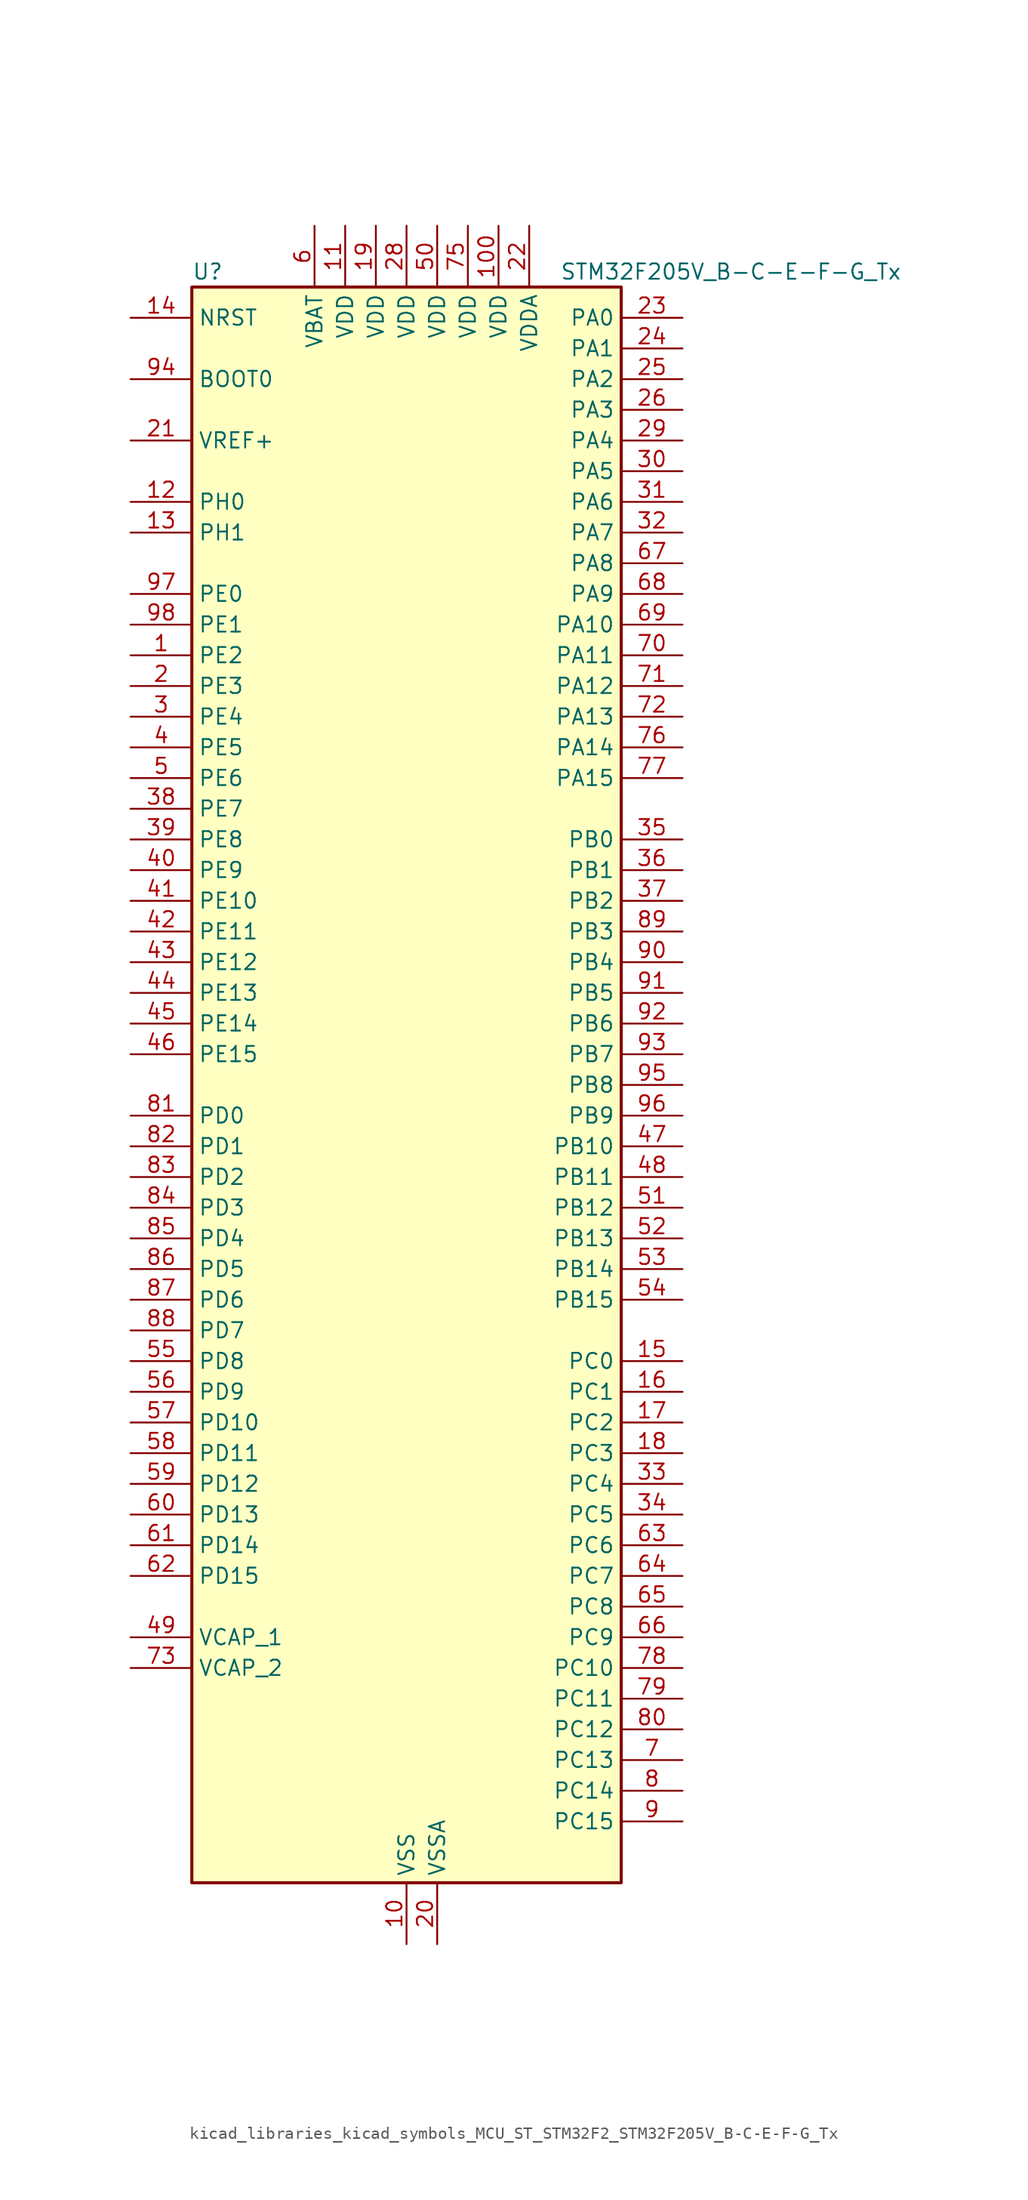
<source format=kicad_sym>
(kicad_symbol_lib
  (version 20220914)
  (generator kicad_symbol_editor)
  (symbol "kicad_libraries_kicad_symbols_MCU_ST_STM32F2_STM32F205V_B-C-E-F-G_Tx"
    (property "Reference" "U"
      (at -17.78 67.31 0)
      (effects (font (size 1.27 1.27)) (justify left)))
    (property "Value" "STM32F205V_B-C-E-F-G_Tx"
      (at 12.7 67.31 0)
      (effects (font (size 1.27 1.27)) (justify left)))
    (property "ki_locked" ""
      (at 0 0 0)
      (effects (font (size 1.27 1.27))))
    (symbol "kicad_libraries_kicad_symbols_MCU_ST_STM32F2_STM32F205V_B-C-E-F-G_Tx_0_1"
      (rectangle (start -17.78 -66.04) (end 17.78 66.04) (stroke (width 0.254) (type default)) (fill (type background))))
    (symbol "kicad_libraries_kicad_symbols_MCU_ST_STM32F2_STM32F205V_B-C-E-F-G_Tx_1_1"
      (pin bidirectional line (at -22.86 35.56 0) (length 5.08) (name "PE2" (effects (font (size 1.27 1.27)))) (number "1" (effects (font (size 1.27 1.27)))) (alternate "FSMC_A23" bidirectional line) (alternate "SYS_TRACECLK" bidirectional line))
      (pin power_in line (at 0 -71.12 90) (length 5.08) (name "VSS" (effects (font (size 1.27 1.27)))) (number "10" (effects (font (size 1.27 1.27)))))
      (pin power_in line (at 7.62 71.12 270) (length 5.08) (name "VDD" (effects (font (size 1.27 1.27)))) (number "100" (effects (font (size 1.27 1.27)))))
      (pin power_in line (at -5.08 71.12 270) (length 5.08) (name "VDD" (effects (font (size 1.27 1.27)))) (number "11" (effects (font (size 1.27 1.27)))))
      (pin bidirectional line (at -22.86 48.26 0) (length 5.08) (name "PH0" (effects (font (size 1.27 1.27)))) (number "12" (effects (font (size 1.27 1.27)))) (alternate "RCC_OSC_IN" bidirectional line))
      (pin bidirectional line (at -22.86 45.72 0) (length 5.08) (name "PH1" (effects (font (size 1.27 1.27)))) (number "13" (effects (font (size 1.27 1.27)))) (alternate "RCC_OSC_OUT" bidirectional line))
      (pin input line (at -22.86 63.5 0) (length 5.08) (name "NRST" (effects (font (size 1.27 1.27)))) (number "14" (effects (font (size 1.27 1.27)))))
      (pin bidirectional line (at 22.86 -22.86 180) (length 5.08) (name "PC0" (effects (font (size 1.27 1.27)))) (number "15" (effects (font (size 1.27 1.27)))) (alternate "ADC1_IN10" bidirectional line) (alternate "ADC2_IN10" bidirectional line) (alternate "ADC3_IN10" bidirectional line) (alternate "USB_OTG_HS_ULPI_STP" bidirectional line))
      (pin bidirectional line (at 22.86 -25.4 180) (length 5.08) (name "PC1" (effects (font (size 1.27 1.27)))) (number "16" (effects (font (size 1.27 1.27)))) (alternate "ADC1_IN11" bidirectional line) (alternate "ADC2_IN11" bidirectional line) (alternate "ADC3_IN11" bidirectional line))
      (pin bidirectional line (at 22.86 -27.94 180) (length 5.08) (name "PC2" (effects (font (size 1.27 1.27)))) (number "17" (effects (font (size 1.27 1.27)))) (alternate "ADC1_IN12" bidirectional line) (alternate "ADC2_IN12" bidirectional line) (alternate "ADC3_IN12" bidirectional line) (alternate "SPI2_MISO" bidirectional line) (alternate "USB_OTG_HS_ULPI_DIR" bidirectional line))
      (pin bidirectional line (at 22.86 -30.48 180) (length 5.08) (name "PC3" (effects (font (size 1.27 1.27)))) (number "18" (effects (font (size 1.27 1.27)))) (alternate "ADC1_IN13" bidirectional line) (alternate "ADC2_IN13" bidirectional line) (alternate "ADC3_IN13" bidirectional line) (alternate "I2S2_SD" bidirectional line) (alternate "SPI2_MOSI" bidirectional line) (alternate "USB_OTG_HS_ULPI_NXT" bidirectional line))
      (pin power_in line (at -2.54 71.12 270) (length 5.08) (name "VDD" (effects (font (size 1.27 1.27)))) (number "19" (effects (font (size 1.27 1.27)))))
      (pin bidirectional line (at -22.86 33.02 0) (length 5.08) (name "PE3" (effects (font (size 1.27 1.27)))) (number "2" (effects (font (size 1.27 1.27)))) (alternate "FSMC_A19" bidirectional line) (alternate "SYS_TRACED0" bidirectional line))
      (pin power_in line (at 2.54 -71.12 90) (length 5.08) (name "VSSA" (effects (font (size 1.27 1.27)))) (number "20" (effects (font (size 1.27 1.27)))))
      (pin input line (at -22.86 53.34 0) (length 5.08) (name "VREF+" (effects (font (size 1.27 1.27)))) (number "21" (effects (font (size 1.27 1.27)))))
      (pin power_in line (at 10.16 71.12 270) (length 5.08) (name "VDDA" (effects (font (size 1.27 1.27)))) (number "22" (effects (font (size 1.27 1.27)))))
      (pin bidirectional line (at 22.86 63.5 180) (length 5.08) (name "PA0" (effects (font (size 1.27 1.27)))) (number "23" (effects (font (size 1.27 1.27)))) (alternate "ADC1_IN0" bidirectional line) (alternate "ADC2_IN0" bidirectional line) (alternate "ADC3_IN0" bidirectional line) (alternate "SYS_WKUP" bidirectional line) (alternate "TIM2_CH1" bidirectional line) (alternate "TIM2_ETR" bidirectional line) (alternate "TIM5_CH1" bidirectional line) (alternate "TIM8_ETR" bidirectional line) (alternate "UART4_TX" bidirectional line) (alternate "USART2_CTS" bidirectional line))
      (pin bidirectional line (at 22.86 60.96 180) (length 5.08) (name "PA1" (effects (font (size 1.27 1.27)))) (number "24" (effects (font (size 1.27 1.27)))) (alternate "ADC1_IN1" bidirectional line) (alternate "ADC2_IN1" bidirectional line) (alternate "ADC3_IN1" bidirectional line) (alternate "TIM2_CH2" bidirectional line) (alternate "TIM5_CH2" bidirectional line) (alternate "UART4_RX" bidirectional line) (alternate "USART2_RTS" bidirectional line))
      (pin bidirectional line (at 22.86 58.42 180) (length 5.08) (name "PA2" (effects (font (size 1.27 1.27)))) (number "25" (effects (font (size 1.27 1.27)))) (alternate "ADC1_IN2" bidirectional line) (alternate "ADC2_IN2" bidirectional line) (alternate "ADC3_IN2" bidirectional line) (alternate "TIM2_CH3" bidirectional line) (alternate "TIM5_CH3" bidirectional line) (alternate "TIM9_CH1" bidirectional line) (alternate "USART2_TX" bidirectional line))
      (pin bidirectional line (at 22.86 55.88 180) (length 5.08) (name "PA3" (effects (font (size 1.27 1.27)))) (number "26" (effects (font (size 1.27 1.27)))) (alternate "ADC1_IN3" bidirectional line) (alternate "ADC2_IN3" bidirectional line) (alternate "ADC3_IN3" bidirectional line) (alternate "TIM2_CH4" bidirectional line) (alternate "TIM5_CH4" bidirectional line) (alternate "TIM9_CH2" bidirectional line) (alternate "USART2_RX" bidirectional line) (alternate "USB_OTG_HS_ULPI_D0" bidirectional line))
      (pin passive line (at 0 -71.12 90) (length 5.08) hide (name "VSS" (effects (font (size 1.27 1.27)))) (number "27" (effects (font (size 1.27 1.27)))))
      (pin power_in line (at 0 71.12 270) (length 5.08) (name "VDD" (effects (font (size 1.27 1.27)))) (number "28" (effects (font (size 1.27 1.27)))))
      (pin bidirectional line (at 22.86 53.34 180) (length 5.08) (name "PA4" (effects (font (size 1.27 1.27)))) (number "29" (effects (font (size 1.27 1.27)))) (alternate "ADC1_IN4" bidirectional line) (alternate "ADC2_IN4" bidirectional line) (alternate "DAC_OUT1" bidirectional line) (alternate "I2S3_WS" bidirectional line) (alternate "SPI1_NSS" bidirectional line) (alternate "SPI3_NSS" bidirectional line) (alternate "USART2_CK" bidirectional line) (alternate "USB_OTG_HS_SOF" bidirectional line))
      (pin bidirectional line (at -22.86 30.48 0) (length 5.08) (name "PE4" (effects (font (size 1.27 1.27)))) (number "3" (effects (font (size 1.27 1.27)))) (alternate "FSMC_A20" bidirectional line) (alternate "SYS_TRACED1" bidirectional line))
      (pin bidirectional line (at 22.86 50.8 180) (length 5.08) (name "PA5" (effects (font (size 1.27 1.27)))) (number "30" (effects (font (size 1.27 1.27)))) (alternate "ADC1_IN5" bidirectional line) (alternate "ADC2_IN5" bidirectional line) (alternate "DAC_OUT2" bidirectional line) (alternate "SPI1_SCK" bidirectional line) (alternate "TIM2_CH1" bidirectional line) (alternate "TIM2_ETR" bidirectional line) (alternate "TIM8_CH1N" bidirectional line) (alternate "USB_OTG_HS_ULPI_CK" bidirectional line))
      (pin bidirectional line (at 22.86 48.26 180) (length 5.08) (name "PA6" (effects (font (size 1.27 1.27)))) (number "31" (effects (font (size 1.27 1.27)))) (alternate "ADC1_IN6" bidirectional line) (alternate "ADC2_IN6" bidirectional line) (alternate "SPI1_MISO" bidirectional line) (alternate "TIM13_CH1" bidirectional line) (alternate "TIM1_BKIN" bidirectional line) (alternate "TIM3_CH1" bidirectional line) (alternate "TIM8_BKIN" bidirectional line))
      (pin bidirectional line (at 22.86 45.72 180) (length 5.08) (name "PA7" (effects (font (size 1.27 1.27)))) (number "32" (effects (font (size 1.27 1.27)))) (alternate "ADC1_IN7" bidirectional line) (alternate "ADC2_IN7" bidirectional line) (alternate "SPI1_MOSI" bidirectional line) (alternate "TIM14_CH1" bidirectional line) (alternate "TIM1_CH1N" bidirectional line) (alternate "TIM3_CH2" bidirectional line) (alternate "TIM8_CH1N" bidirectional line))
      (pin bidirectional line (at 22.86 -33.02 180) (length 5.08) (name "PC4" (effects (font (size 1.27 1.27)))) (number "33" (effects (font (size 1.27 1.27)))) (alternate "ADC1_IN14" bidirectional line) (alternate "ADC2_IN14" bidirectional line))
      (pin bidirectional line (at 22.86 -35.56 180) (length 5.08) (name "PC5" (effects (font (size 1.27 1.27)))) (number "34" (effects (font (size 1.27 1.27)))) (alternate "ADC1_IN15" bidirectional line) (alternate "ADC2_IN15" bidirectional line))
      (pin bidirectional line (at 22.86 20.32 180) (length 5.08) (name "PB0" (effects (font (size 1.27 1.27)))) (number "35" (effects (font (size 1.27 1.27)))) (alternate "ADC1_IN8" bidirectional line) (alternate "ADC2_IN8" bidirectional line) (alternate "TIM1_CH2N" bidirectional line) (alternate "TIM3_CH3" bidirectional line) (alternate "TIM8_CH2N" bidirectional line) (alternate "USB_OTG_HS_ULPI_D1" bidirectional line))
      (pin bidirectional line (at 22.86 17.78 180) (length 5.08) (name "PB1" (effects (font (size 1.27 1.27)))) (number "36" (effects (font (size 1.27 1.27)))) (alternate "ADC1_IN9" bidirectional line) (alternate "ADC2_IN9" bidirectional line) (alternate "TIM1_CH3N" bidirectional line) (alternate "TIM3_CH4" bidirectional line) (alternate "TIM8_CH3N" bidirectional line) (alternate "USB_OTG_HS_ULPI_D2" bidirectional line))
      (pin bidirectional line (at 22.86 15.24 180) (length 5.08) (name "PB2" (effects (font (size 1.27 1.27)))) (number "37" (effects (font (size 1.27 1.27)))))
      (pin bidirectional line (at -22.86 22.86 0) (length 5.08) (name "PE7" (effects (font (size 1.27 1.27)))) (number "38" (effects (font (size 1.27 1.27)))) (alternate "FSMC_D4" bidirectional line) (alternate "FSMC_DA4" bidirectional line) (alternate "TIM1_ETR" bidirectional line))
      (pin bidirectional line (at -22.86 20.32 0) (length 5.08) (name "PE8" (effects (font (size 1.27 1.27)))) (number "39" (effects (font (size 1.27 1.27)))) (alternate "FSMC_D5" bidirectional line) (alternate "FSMC_DA5" bidirectional line) (alternate "TIM1_CH1N" bidirectional line))
      (pin bidirectional line (at -22.86 27.94 0) (length 5.08) (name "PE5" (effects (font (size 1.27 1.27)))) (number "4" (effects (font (size 1.27 1.27)))) (alternate "FSMC_A21" bidirectional line) (alternate "SYS_TRACED2" bidirectional line) (alternate "TIM9_CH1" bidirectional line))
      (pin bidirectional line (at -22.86 17.78 0) (length 5.08) (name "PE9" (effects (font (size 1.27 1.27)))) (number "40" (effects (font (size 1.27 1.27)))) (alternate "DAC_EXTI9" bidirectional line) (alternate "FSMC_D6" bidirectional line) (alternate "FSMC_DA6" bidirectional line) (alternate "TIM1_CH1" bidirectional line))
      (pin bidirectional line (at -22.86 15.24 0) (length 5.08) (name "PE10" (effects (font (size 1.27 1.27)))) (number "41" (effects (font (size 1.27 1.27)))) (alternate "FSMC_D7" bidirectional line) (alternate "FSMC_DA7" bidirectional line) (alternate "TIM1_CH2N" bidirectional line))
      (pin bidirectional line (at -22.86 12.7 0) (length 5.08) (name "PE11" (effects (font (size 1.27 1.27)))) (number "42" (effects (font (size 1.27 1.27)))) (alternate "ADC1_EXTI11" bidirectional line) (alternate "ADC2_EXTI11" bidirectional line) (alternate "ADC3_EXTI11" bidirectional line) (alternate "FSMC_D8" bidirectional line) (alternate "FSMC_DA8" bidirectional line) (alternate "TIM1_CH2" bidirectional line))
      (pin bidirectional line (at -22.86 10.16 0) (length 5.08) (name "PE12" (effects (font (size 1.27 1.27)))) (number "43" (effects (font (size 1.27 1.27)))) (alternate "FSMC_D9" bidirectional line) (alternate "FSMC_DA9" bidirectional line) (alternate "TIM1_CH3N" bidirectional line))
      (pin bidirectional line (at -22.86 7.62 0) (length 5.08) (name "PE13" (effects (font (size 1.27 1.27)))) (number "44" (effects (font (size 1.27 1.27)))) (alternate "FSMC_D10" bidirectional line) (alternate "FSMC_DA10" bidirectional line) (alternate "TIM1_CH3" bidirectional line))
      (pin bidirectional line (at -22.86 5.08 0) (length 5.08) (name "PE14" (effects (font (size 1.27 1.27)))) (number "45" (effects (font (size 1.27 1.27)))) (alternate "FSMC_D11" bidirectional line) (alternate "FSMC_DA11" bidirectional line) (alternate "TIM1_CH4" bidirectional line))
      (pin bidirectional line (at -22.86 2.54 0) (length 5.08) (name "PE15" (effects (font (size 1.27 1.27)))) (number "46" (effects (font (size 1.27 1.27)))) (alternate "ADC1_EXTI15" bidirectional line) (alternate "ADC2_EXTI15" bidirectional line) (alternate "ADC3_EXTI15" bidirectional line) (alternate "FSMC_D12" bidirectional line) (alternate "FSMC_DA12" bidirectional line) (alternate "TIM1_BKIN" bidirectional line))
      (pin bidirectional line (at 22.86 -5.08 180) (length 5.08) (name "PB10" (effects (font (size 1.27 1.27)))) (number "47" (effects (font (size 1.27 1.27)))) (alternate "I2C2_SCL" bidirectional line) (alternate "I2S2_SCK" bidirectional line) (alternate "SPI2_SCK" bidirectional line) (alternate "TIM2_CH3" bidirectional line) (alternate "USART3_TX" bidirectional line) (alternate "USB_OTG_HS_ULPI_D3" bidirectional line))
      (pin bidirectional line (at 22.86 -7.62 180) (length 5.08) (name "PB11" (effects (font (size 1.27 1.27)))) (number "48" (effects (font (size 1.27 1.27)))) (alternate "ADC1_EXTI11" bidirectional line) (alternate "ADC2_EXTI11" bidirectional line) (alternate "ADC3_EXTI11" bidirectional line) (alternate "I2C2_SDA" bidirectional line) (alternate "TIM2_CH4" bidirectional line) (alternate "USART3_RX" bidirectional line) (alternate "USB_OTG_HS_ULPI_D4" bidirectional line))
      (pin power_out line (at -22.86 -45.72 0) (length 5.08) (name "VCAP_1" (effects (font (size 1.27 1.27)))) (number "49" (effects (font (size 1.27 1.27)))))
      (pin bidirectional line (at -22.86 25.4 0) (length 5.08) (name "PE6" (effects (font (size 1.27 1.27)))) (number "5" (effects (font (size 1.27 1.27)))) (alternate "FSMC_A22" bidirectional line) (alternate "SYS_TRACED3" bidirectional line) (alternate "TIM9_CH2" bidirectional line))
      (pin power_in line (at 2.54 71.12 270) (length 5.08) (name "VDD" (effects (font (size 1.27 1.27)))) (number "50" (effects (font (size 1.27 1.27)))))
      (pin bidirectional line (at 22.86 -10.16 180) (length 5.08) (name "PB12" (effects (font (size 1.27 1.27)))) (number "51" (effects (font (size 1.27 1.27)))) (alternate "CAN2_RX" bidirectional line) (alternate "I2C2_SMBA" bidirectional line) (alternate "I2S2_WS" bidirectional line) (alternate "SPI2_NSS" bidirectional line) (alternate "TIM1_BKIN" bidirectional line) (alternate "USART3_CK" bidirectional line) (alternate "USB_OTG_HS_ID" bidirectional line) (alternate "USB_OTG_HS_ULPI_D5" bidirectional line))
      (pin bidirectional line (at 22.86 -12.7 180) (length 5.08) (name "PB13" (effects (font (size 1.27 1.27)))) (number "52" (effects (font (size 1.27 1.27)))) (alternate "CAN2_TX" bidirectional line) (alternate "I2S2_SCK" bidirectional line) (alternate "SPI2_SCK" bidirectional line) (alternate "TIM1_CH1N" bidirectional line) (alternate "USART3_CTS" bidirectional line) (alternate "USB_OTG_HS_ULPI_D6" bidirectional line) (alternate "USB_OTG_HS_VBUS" bidirectional line))
      (pin bidirectional line (at 22.86 -15.24 180) (length 5.08) (name "PB14" (effects (font (size 1.27 1.27)))) (number "53" (effects (font (size 1.27 1.27)))) (alternate "SPI2_MISO" bidirectional line) (alternate "TIM12_CH1" bidirectional line) (alternate "TIM1_CH2N" bidirectional line) (alternate "TIM8_CH2N" bidirectional line) (alternate "USART3_RTS" bidirectional line) (alternate "USB_OTG_HS_DM" bidirectional line))
      (pin bidirectional line (at 22.86 -17.78 180) (length 5.08) (name "PB15" (effects (font (size 1.27 1.27)))) (number "54" (effects (font (size 1.27 1.27)))) (alternate "ADC1_EXTI15" bidirectional line) (alternate "ADC2_EXTI15" bidirectional line) (alternate "ADC3_EXTI15" bidirectional line) (alternate "I2S2_SD" bidirectional line) (alternate "RTC_REFIN" bidirectional line) (alternate "SPI2_MOSI" bidirectional line) (alternate "TIM12_CH2" bidirectional line) (alternate "TIM1_CH3N" bidirectional line) (alternate "TIM8_CH3N" bidirectional line) (alternate "USB_OTG_HS_DP" bidirectional line))
      (pin bidirectional line (at -22.86 -22.86 0) (length 5.08) (name "PD8" (effects (font (size 1.27 1.27)))) (number "55" (effects (font (size 1.27 1.27)))) (alternate "FSMC_D13" bidirectional line) (alternate "FSMC_DA13" bidirectional line) (alternate "USART3_TX" bidirectional line))
      (pin bidirectional line (at -22.86 -25.4 0) (length 5.08) (name "PD9" (effects (font (size 1.27 1.27)))) (number "56" (effects (font (size 1.27 1.27)))) (alternate "DAC_EXTI9" bidirectional line) (alternate "FSMC_D14" bidirectional line) (alternate "FSMC_DA14" bidirectional line) (alternate "USART3_RX" bidirectional line))
      (pin bidirectional line (at -22.86 -27.94 0) (length 5.08) (name "PD10" (effects (font (size 1.27 1.27)))) (number "57" (effects (font (size 1.27 1.27)))) (alternate "FSMC_D15" bidirectional line) (alternate "FSMC_DA15" bidirectional line) (alternate "USART3_CK" bidirectional line))
      (pin bidirectional line (at -22.86 -30.48 0) (length 5.08) (name "PD11" (effects (font (size 1.27 1.27)))) (number "58" (effects (font (size 1.27 1.27)))) (alternate "ADC1_EXTI11" bidirectional line) (alternate "ADC2_EXTI11" bidirectional line) (alternate "ADC3_EXTI11" bidirectional line) (alternate "FSMC_A16" bidirectional line) (alternate "FSMC_CLE" bidirectional line) (alternate "USART3_CTS" bidirectional line))
      (pin bidirectional line (at -22.86 -33.02 0) (length 5.08) (name "PD12" (effects (font (size 1.27 1.27)))) (number "59" (effects (font (size 1.27 1.27)))) (alternate "FSMC_A17" bidirectional line) (alternate "FSMC_ALE" bidirectional line) (alternate "TIM4_CH1" bidirectional line) (alternate "USART3_RTS" bidirectional line))
      (pin power_in line (at -7.62 71.12 270) (length 5.08) (name "VBAT" (effects (font (size 1.27 1.27)))) (number "6" (effects (font (size 1.27 1.27)))))
      (pin bidirectional line (at -22.86 -35.56 0) (length 5.08) (name "PD13" (effects (font (size 1.27 1.27)))) (number "60" (effects (font (size 1.27 1.27)))) (alternate "FSMC_A18" bidirectional line) (alternate "TIM4_CH2" bidirectional line))
      (pin bidirectional line (at -22.86 -38.1 0) (length 5.08) (name "PD14" (effects (font (size 1.27 1.27)))) (number "61" (effects (font (size 1.27 1.27)))) (alternate "FSMC_D0" bidirectional line) (alternate "FSMC_DA0" bidirectional line) (alternate "TIM4_CH3" bidirectional line))
      (pin bidirectional line (at -22.86 -40.64 0) (length 5.08) (name "PD15" (effects (font (size 1.27 1.27)))) (number "62" (effects (font (size 1.27 1.27)))) (alternate "ADC1_EXTI15" bidirectional line) (alternate "ADC2_EXTI15" bidirectional line) (alternate "ADC3_EXTI15" bidirectional line) (alternate "FSMC_D1" bidirectional line) (alternate "FSMC_DA1" bidirectional line) (alternate "TIM4_CH4" bidirectional line))
      (pin bidirectional line (at 22.86 -38.1 180) (length 5.08) (name "PC6" (effects (font (size 1.27 1.27)))) (number "63" (effects (font (size 1.27 1.27)))) (alternate "I2S2_MCK" bidirectional line) (alternate "SDIO_D6" bidirectional line) (alternate "TIM3_CH1" bidirectional line) (alternate "TIM8_CH1" bidirectional line) (alternate "USART6_TX" bidirectional line))
      (pin bidirectional line (at 22.86 -40.64 180) (length 5.08) (name "PC7" (effects (font (size 1.27 1.27)))) (number "64" (effects (font (size 1.27 1.27)))) (alternate "I2S3_MCK" bidirectional line) (alternate "SDIO_D7" bidirectional line) (alternate "TIM3_CH2" bidirectional line) (alternate "TIM8_CH2" bidirectional line) (alternate "USART6_RX" bidirectional line))
      (pin bidirectional line (at 22.86 -43.18 180) (length 5.08) (name "PC8" (effects (font (size 1.27 1.27)))) (number "65" (effects (font (size 1.27 1.27)))) (alternate "SDIO_D0" bidirectional line) (alternate "TIM3_CH3" bidirectional line) (alternate "TIM8_CH3" bidirectional line) (alternate "USART6_CK" bidirectional line))
      (pin bidirectional line (at 22.86 -45.72 180) (length 5.08) (name "PC9" (effects (font (size 1.27 1.27)))) (number "66" (effects (font (size 1.27 1.27)))) (alternate "DAC_EXTI9" bidirectional line) (alternate "I2C3_SDA" bidirectional line) (alternate "I2S_CKIN" bidirectional line) (alternate "RCC_MCO_2" bidirectional line) (alternate "SDIO_D1" bidirectional line) (alternate "TIM3_CH4" bidirectional line) (alternate "TIM8_CH4" bidirectional line))
      (pin bidirectional line (at 22.86 43.18 180) (length 5.08) (name "PA8" (effects (font (size 1.27 1.27)))) (number "67" (effects (font (size 1.27 1.27)))) (alternate "I2C3_SCL" bidirectional line) (alternate "RCC_MCO_1" bidirectional line) (alternate "TIM1_CH1" bidirectional line) (alternate "USART1_CK" bidirectional line) (alternate "USB_OTG_FS_SOF" bidirectional line))
      (pin bidirectional line (at 22.86 40.64 180) (length 5.08) (name "PA9" (effects (font (size 1.27 1.27)))) (number "68" (effects (font (size 1.27 1.27)))) (alternate "DAC_EXTI9" bidirectional line) (alternate "I2C3_SMBA" bidirectional line) (alternate "TIM1_CH2" bidirectional line) (alternate "USART1_TX" bidirectional line) (alternate "USB_OTG_FS_VBUS" bidirectional line))
      (pin bidirectional line (at 22.86 38.1 180) (length 5.08) (name "PA10" (effects (font (size 1.27 1.27)))) (number "69" (effects (font (size 1.27 1.27)))) (alternate "TIM1_CH3" bidirectional line) (alternate "USART1_RX" bidirectional line) (alternate "USB_OTG_FS_ID" bidirectional line))
      (pin bidirectional line (at 22.86 -55.88 180) (length 5.08) (name "PC13" (effects (font (size 1.27 1.27)))) (number "7" (effects (font (size 1.27 1.27)))) (alternate "RTC_AF1" bidirectional line))
      (pin bidirectional line (at 22.86 35.56 180) (length 5.08) (name "PA11" (effects (font (size 1.27 1.27)))) (number "70" (effects (font (size 1.27 1.27)))) (alternate "ADC1_EXTI11" bidirectional line) (alternate "ADC2_EXTI11" bidirectional line) (alternate "ADC3_EXTI11" bidirectional line) (alternate "CAN1_RX" bidirectional line) (alternate "TIM1_CH4" bidirectional line) (alternate "USART1_CTS" bidirectional line) (alternate "USB_OTG_FS_DM" bidirectional line))
      (pin bidirectional line (at 22.86 33.02 180) (length 5.08) (name "PA12" (effects (font (size 1.27 1.27)))) (number "71" (effects (font (size 1.27 1.27)))) (alternate "CAN1_TX" bidirectional line) (alternate "TIM1_ETR" bidirectional line) (alternate "USART1_RTS" bidirectional line) (alternate "USB_OTG_FS_DP" bidirectional line))
      (pin bidirectional line (at 22.86 30.48 180) (length 5.08) (name "PA13" (effects (font (size 1.27 1.27)))) (number "72" (effects (font (size 1.27 1.27)))) (alternate "SYS_JTMS-SWDIO" bidirectional line))
      (pin power_out line (at -22.86 -48.26 0) (length 5.08) (name "VCAP_2" (effects (font (size 1.27 1.27)))) (number "73" (effects (font (size 1.27 1.27)))))
      (pin passive line (at 0 -71.12 90) (length 5.08) hide (name "VSS" (effects (font (size 1.27 1.27)))) (number "74" (effects (font (size 1.27 1.27)))))
      (pin power_in line (at 5.08 71.12 270) (length 5.08) (name "VDD" (effects (font (size 1.27 1.27)))) (number "75" (effects (font (size 1.27 1.27)))))
      (pin bidirectional line (at 22.86 27.94 180) (length 5.08) (name "PA14" (effects (font (size 1.27 1.27)))) (number "76" (effects (font (size 1.27 1.27)))) (alternate "SYS_JTCK-SWCLK" bidirectional line))
      (pin bidirectional line (at 22.86 25.4 180) (length 5.08) (name "PA15" (effects (font (size 1.27 1.27)))) (number "77" (effects (font (size 1.27 1.27)))) (alternate "ADC1_EXTI15" bidirectional line) (alternate "ADC2_EXTI15" bidirectional line) (alternate "ADC3_EXTI15" bidirectional line) (alternate "I2S3_WS" bidirectional line) (alternate "SPI1_NSS" bidirectional line) (alternate "SPI3_NSS" bidirectional line) (alternate "SYS_JTDI" bidirectional line) (alternate "TIM2_CH1" bidirectional line) (alternate "TIM2_ETR" bidirectional line))
      (pin bidirectional line (at 22.86 -48.26 180) (length 5.08) (name "PC10" (effects (font (size 1.27 1.27)))) (number "78" (effects (font (size 1.27 1.27)))) (alternate "I2S3_SCK" bidirectional line) (alternate "SDIO_D2" bidirectional line) (alternate "SPI3_SCK" bidirectional line) (alternate "UART4_TX" bidirectional line) (alternate "USART3_TX" bidirectional line))
      (pin bidirectional line (at 22.86 -50.8 180) (length 5.08) (name "PC11" (effects (font (size 1.27 1.27)))) (number "79" (effects (font (size 1.27 1.27)))) (alternate "ADC1_EXTI11" bidirectional line) (alternate "ADC2_EXTI11" bidirectional line) (alternate "ADC3_EXTI11" bidirectional line) (alternate "SDIO_D3" bidirectional line) (alternate "SPI3_MISO" bidirectional line) (alternate "UART4_RX" bidirectional line) (alternate "USART3_RX" bidirectional line))
      (pin bidirectional line (at 22.86 -58.42 180) (length 5.08) (name "PC14" (effects (font (size 1.27 1.27)))) (number "8" (effects (font (size 1.27 1.27)))) (alternate "RCC_OSC32_IN" bidirectional line))
      (pin bidirectional line (at 22.86 -53.34 180) (length 5.08) (name "PC12" (effects (font (size 1.27 1.27)))) (number "80" (effects (font (size 1.27 1.27)))) (alternate "I2S3_SD" bidirectional line) (alternate "SDIO_CK" bidirectional line) (alternate "SPI3_MOSI" bidirectional line) (alternate "UART5_TX" bidirectional line) (alternate "USART3_CK" bidirectional line))
      (pin bidirectional line (at -22.86 -2.54 0) (length 5.08) (name "PD0" (effects (font (size 1.27 1.27)))) (number "81" (effects (font (size 1.27 1.27)))) (alternate "CAN1_RX" bidirectional line) (alternate "FSMC_D2" bidirectional line) (alternate "FSMC_DA2" bidirectional line))
      (pin bidirectional line (at -22.86 -5.08 0) (length 5.08) (name "PD1" (effects (font (size 1.27 1.27)))) (number "82" (effects (font (size 1.27 1.27)))) (alternate "CAN1_TX" bidirectional line) (alternate "FSMC_D3" bidirectional line) (alternate "FSMC_DA3" bidirectional line))
      (pin bidirectional line (at -22.86 -7.62 0) (length 5.08) (name "PD2" (effects (font (size 1.27 1.27)))) (number "83" (effects (font (size 1.27 1.27)))) (alternate "SDIO_CMD" bidirectional line) (alternate "TIM3_ETR" bidirectional line) (alternate "UART5_RX" bidirectional line))
      (pin bidirectional line (at -22.86 -10.16 0) (length 5.08) (name "PD3" (effects (font (size 1.27 1.27)))) (number "84" (effects (font (size 1.27 1.27)))) (alternate "FSMC_CLK" bidirectional line) (alternate "USART2_CTS" bidirectional line))
      (pin bidirectional line (at -22.86 -12.7 0) (length 5.08) (name "PD4" (effects (font (size 1.27 1.27)))) (number "85" (effects (font (size 1.27 1.27)))) (alternate "FSMC_NOE" bidirectional line) (alternate "USART2_RTS" bidirectional line))
      (pin bidirectional line (at -22.86 -15.24 0) (length 5.08) (name "PD5" (effects (font (size 1.27 1.27)))) (number "86" (effects (font (size 1.27 1.27)))) (alternate "FSMC_NWE" bidirectional line) (alternate "USART2_TX" bidirectional line))
      (pin bidirectional line (at -22.86 -17.78 0) (length 5.08) (name "PD6" (effects (font (size 1.27 1.27)))) (number "87" (effects (font (size 1.27 1.27)))) (alternate "FSMC_NWAIT" bidirectional line) (alternate "USART2_RX" bidirectional line))
      (pin bidirectional line (at -22.86 -20.32 0) (length 5.08) (name "PD7" (effects (font (size 1.27 1.27)))) (number "88" (effects (font (size 1.27 1.27)))) (alternate "FSMC_NCE2" bidirectional line) (alternate "FSMC_NE1" bidirectional line) (alternate "USART2_CK" bidirectional line))
      (pin bidirectional line (at 22.86 12.7 180) (length 5.08) (name "PB3" (effects (font (size 1.27 1.27)))) (number "89" (effects (font (size 1.27 1.27)))) (alternate "I2S3_SCK" bidirectional line) (alternate "SPI1_SCK" bidirectional line) (alternate "SPI3_SCK" bidirectional line) (alternate "SYS_JTDO-SWO" bidirectional line) (alternate "TIM2_CH2" bidirectional line))
      (pin bidirectional line (at 22.86 -60.96 180) (length 5.08) (name "PC15" (effects (font (size 1.27 1.27)))) (number "9" (effects (font (size 1.27 1.27)))) (alternate "ADC1_EXTI15" bidirectional line) (alternate "ADC2_EXTI15" bidirectional line) (alternate "ADC3_EXTI15" bidirectional line) (alternate "RCC_OSC32_OUT" bidirectional line))
      (pin bidirectional line (at 22.86 10.16 180) (length 5.08) (name "PB4" (effects (font (size 1.27 1.27)))) (number "90" (effects (font (size 1.27 1.27)))) (alternate "SPI1_MISO" bidirectional line) (alternate "SPI3_MISO" bidirectional line) (alternate "SYS_JTRST" bidirectional line) (alternate "TIM3_CH1" bidirectional line))
      (pin bidirectional line (at 22.86 7.62 180) (length 5.08) (name "PB5" (effects (font (size 1.27 1.27)))) (number "91" (effects (font (size 1.27 1.27)))) (alternate "CAN2_RX" bidirectional line) (alternate "I2C1_SMBA" bidirectional line) (alternate "I2S3_SD" bidirectional line) (alternate "SPI1_MOSI" bidirectional line) (alternate "SPI3_MOSI" bidirectional line) (alternate "TIM3_CH2" bidirectional line) (alternate "USB_OTG_HS_ULPI_D7" bidirectional line))
      (pin bidirectional line (at 22.86 5.08 180) (length 5.08) (name "PB6" (effects (font (size 1.27 1.27)))) (number "92" (effects (font (size 1.27 1.27)))) (alternate "CAN2_TX" bidirectional line) (alternate "I2C1_SCL" bidirectional line) (alternate "TIM4_CH1" bidirectional line) (alternate "USART1_TX" bidirectional line))
      (pin bidirectional line (at 22.86 2.54 180) (length 5.08) (name "PB7" (effects (font (size 1.27 1.27)))) (number "93" (effects (font (size 1.27 1.27)))) (alternate "FSMC_NL" bidirectional line) (alternate "I2C1_SDA" bidirectional line) (alternate "TIM4_CH2" bidirectional line) (alternate "USART1_RX" bidirectional line))
      (pin input line (at -22.86 58.42 0) (length 5.08) (name "BOOT0" (effects (font (size 1.27 1.27)))) (number "94" (effects (font (size 1.27 1.27)))))
      (pin bidirectional line (at 22.86 0 180) (length 5.08) (name "PB8" (effects (font (size 1.27 1.27)))) (number "95" (effects (font (size 1.27 1.27)))) (alternate "CAN1_RX" bidirectional line) (alternate "I2C1_SCL" bidirectional line) (alternate "SDIO_D4" bidirectional line) (alternate "TIM10_CH1" bidirectional line) (alternate "TIM4_CH3" bidirectional line))
      (pin bidirectional line (at 22.86 -2.54 180) (length 5.08) (name "PB9" (effects (font (size 1.27 1.27)))) (number "96" (effects (font (size 1.27 1.27)))) (alternate "CAN1_TX" bidirectional line) (alternate "DAC_EXTI9" bidirectional line) (alternate "I2C1_SDA" bidirectional line) (alternate "I2S2_WS" bidirectional line) (alternate "SDIO_D5" bidirectional line) (alternate "SPI2_NSS" bidirectional line) (alternate "TIM11_CH1" bidirectional line) (alternate "TIM4_CH4" bidirectional line))
      (pin bidirectional line (at -22.86 40.64 0) (length 5.08) (name "PE0" (effects (font (size 1.27 1.27)))) (number "97" (effects (font (size 1.27 1.27)))) (alternate "FSMC_NBL0" bidirectional line) (alternate "TIM4_ETR" bidirectional line))
      (pin bidirectional line (at -22.86 38.1 0) (length 5.08) (name "PE1" (effects (font (size 1.27 1.27)))) (number "98" (effects (font (size 1.27 1.27)))) (alternate "FSMC_NBL1" bidirectional line))
      (pin no_connect line (at -17.78 -66.04 0) (length 5.08) hide (name "RFU" (effects (font (size 1.27 1.27)))) (number "99" (effects (font (size 1.27 1.27))))))))
</source>
